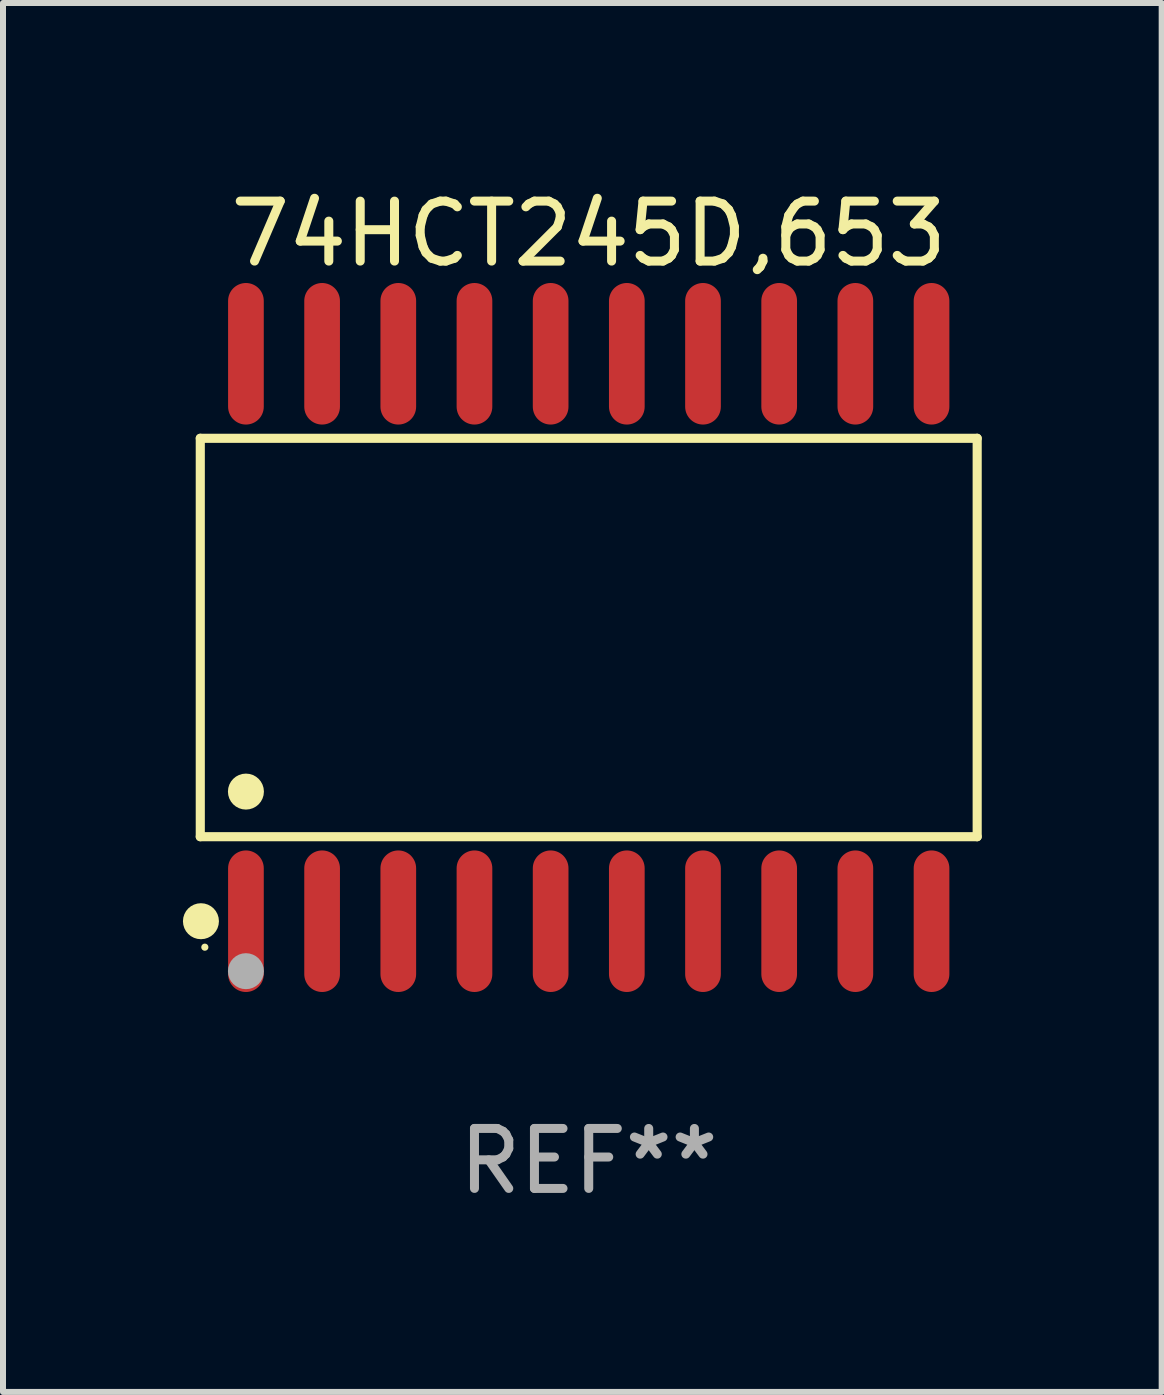
<source format=kicad_pcb>
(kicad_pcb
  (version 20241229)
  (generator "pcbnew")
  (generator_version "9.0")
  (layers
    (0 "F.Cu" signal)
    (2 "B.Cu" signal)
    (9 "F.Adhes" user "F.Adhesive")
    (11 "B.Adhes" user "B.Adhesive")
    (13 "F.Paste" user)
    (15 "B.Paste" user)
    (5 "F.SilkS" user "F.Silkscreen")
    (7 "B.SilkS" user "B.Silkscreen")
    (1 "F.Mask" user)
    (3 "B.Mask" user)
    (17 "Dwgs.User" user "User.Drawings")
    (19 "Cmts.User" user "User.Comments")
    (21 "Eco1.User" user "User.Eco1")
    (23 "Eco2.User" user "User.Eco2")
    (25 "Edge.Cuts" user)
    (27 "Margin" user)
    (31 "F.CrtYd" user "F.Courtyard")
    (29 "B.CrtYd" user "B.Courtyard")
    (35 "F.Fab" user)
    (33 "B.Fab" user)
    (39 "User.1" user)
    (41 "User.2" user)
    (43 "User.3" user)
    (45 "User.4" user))
  (footprint "74HCT245D,653"
    (layer "F.Cu")
    (at 6.765 7.578)
    (property "Reference" "74HCT245D,653" (at 0 -6.73 0) (layer "F.SilkS") (effects (font (size 1 1) (thickness 0.15))))
    (attr through_hole)
    (fp_line (start -6.476 -3.321) (end 6.476 -3.321) (stroke (width 0.152) (type solid)) (layer "F.SilkS"))
    (fp_line (start -6.476 3.321) (end -6.476 -3.321) (stroke (width 0.152) (type solid)) (layer "F.SilkS"))
    (fp_line (start 6.476 -3.321) (end 6.476 3.321) (stroke (width 0.152) (type solid)) (layer "F.SilkS"))
    (fp_line (start 6.476 3.321) (end -6.476 3.321) (stroke (width 0.152) (type solid)) (layer "F.SilkS"))
    (fp_circle (center -6.465 4.73) (end -6.315 4.73) (stroke (width 0.3) (type solid)) (fill no) (layer "F.SilkS"))
    (fp_circle (center -6.4 5.163) (end -6.37 5.163) (stroke (width 0.06) (type solid)) (fill no) (layer "F.SilkS"))
    (fp_circle (center -5.715 2.569) (end -5.565 2.569) (stroke (width 0.3) (type solid)) (fill no) (layer "F.SilkS"))
    (fp_circle (center -5.715 5.563) (end -5.565 5.563) (stroke (width 0.3) (type solid)) (fill no) (layer "F.Fab"))
    (fp_text user "REF**" (at 0 8.73 0) (layer "F.Fab") (effects (font (size 1 1) (thickness 0.15))))
    (pad "1" smd oval (at -5.715 4.73) (size 0.595 2.36) (layers "F.Cu" "F.Mask" "F.Paste"))
    (pad "2" smd oval (at -4.445 4.73) (size 0.595 2.36) (layers "F.Cu" "F.Mask" "F.Paste"))
    (pad "3" smd oval (at -3.175 4.73) (size 0.595 2.36) (layers "F.Cu" "F.Mask" "F.Paste"))
    (pad "4" smd oval (at -1.905 4.73) (size 0.595 2.36) (layers "F.Cu" "F.Mask" "F.Paste"))
    (pad "5" smd oval (at -0.635 4.73) (size 0.595 2.36) (layers "F.Cu" "F.Mask" "F.Paste"))
    (pad "6" smd oval (at 0.635 4.73) (size 0.595 2.36) (layers "F.Cu" "F.Mask" "F.Paste"))
    (pad "7" smd oval (at 1.905 4.73) (size 0.595 2.36) (layers "F.Cu" "F.Mask" "F.Paste"))
    (pad "8" smd oval (at 3.175 4.73) (size 0.595 2.36) (layers "F.Cu" "F.Mask" "F.Paste"))
    (pad "9" smd oval (at 4.445 4.73) (size 0.595 2.36) (layers "F.Cu" "F.Mask" "F.Paste"))
    (pad "10" smd oval (at 5.715 4.73) (size 0.595 2.36) (layers "F.Cu" "F.Mask" "F.Paste"))
    (pad "11" smd oval (at 5.715 -4.73) (size 0.595 2.36) (layers "F.Cu" "F.Mask" "F.Paste"))
    (pad "12" smd oval (at 4.445 -4.73) (size 0.595 2.36) (layers "F.Cu" "F.Mask" "F.Paste"))
    (pad "13" smd oval (at 3.175 -4.73) (size 0.595 2.36) (layers "F.Cu" "F.Mask" "F.Paste"))
    (pad "14" smd oval (at 1.905 -4.73) (size 0.595 2.36) (layers "F.Cu" "F.Mask" "F.Paste"))
    (pad "15" smd oval (at 0.635 -4.73) (size 0.595 2.36) (layers "F.Cu" "F.Mask" "F.Paste"))
    (pad "16" smd oval (at -0.635 -4.73) (size 0.595 2.36) (layers "F.Cu" "F.Mask" "F.Paste"))
    (pad "17" smd oval (at -1.905 -4.73) (size 0.595 2.36) (layers "F.Cu" "F.Mask" "F.Paste"))
    (pad "18" smd oval (at -3.175 -4.73) (size 0.595 2.36) (layers "F.Cu" "F.Mask" "F.Paste"))
    (pad "19" smd oval (at -4.445 -4.73) (size 0.595 2.36) (layers "F.Cu" "F.Mask" "F.Paste"))
    (pad "20" smd oval (at -5.715 -4.73) (size 0.595 2.36) (layers "F.Cu" "F.Mask" "F.Paste")))
  (gr_rect
    (start -3 -3)
    (end 16.317 20.156)
    (stroke (width 0.1) (type default))
    (fill no)
    (layer "Edge.Cuts")))
</source>
